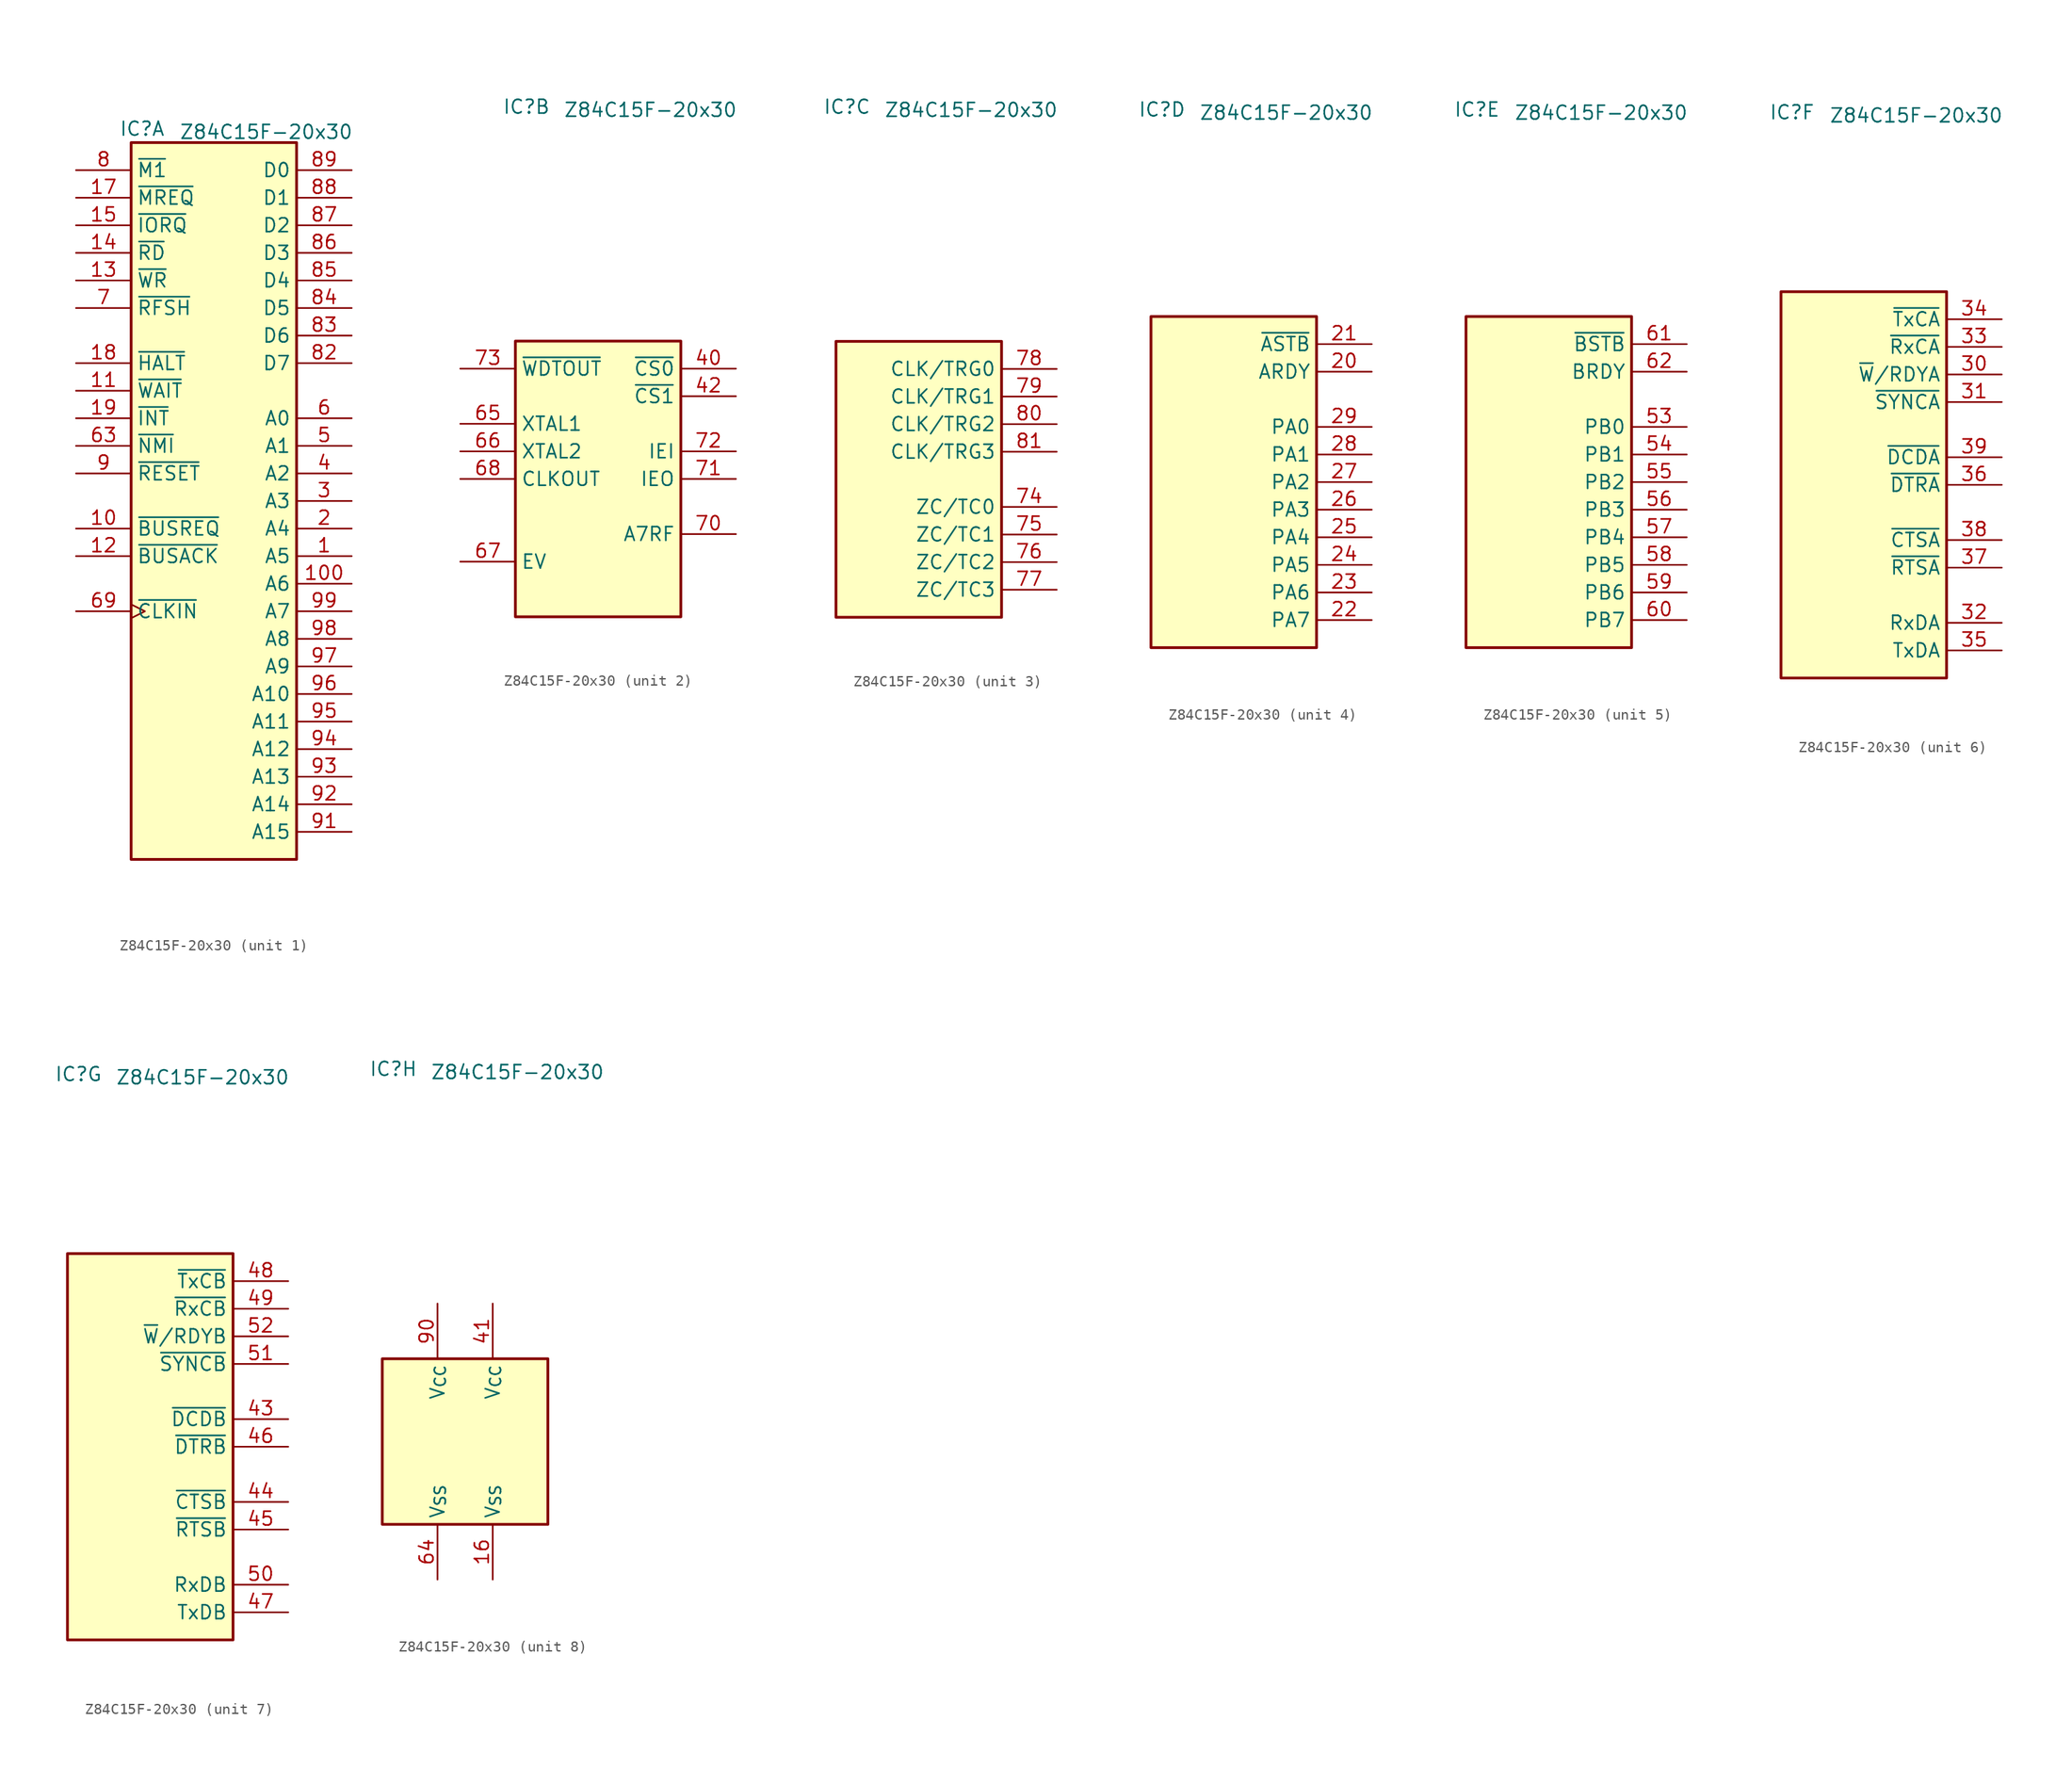
<source format=kicad_sym>
(kicad_symbol_lib
  (version 20220914)
  (generator kicad_symbol_editor)
  (symbol "Z84C15F-20x30"
    (pin_names
      (offset 0.5))
    (property "Reference" "IC"
      (at -6.604 34.29 0)
      (effects (font (size 1.27 1.27))))
    (property "Value" "Z84C15F-20x30"
      (at 4.826 34 0)
      (effects (font (size 1.27 1.27))))
    (property "ki_locked" ""
      (at 0 0 0)
      (effects (font (size 1.27 1.27))))
    (symbol "Z84C15F-20x30_1_0"
      (rectangle (start -7.62 33.02) (end 7.62 -33.02) (stroke (width 0.254) (type solid)) (fill (type background)))
      (pin output line (at 12.7 -5.08 180) (length 5.08) (name "A5" (effects (font (size 1.27 1.27)))) (number "1" (effects (font (size 1.27 1.27)))))
      (pin input line (at -12.7 -2.54 0) (length 5.08) (name "~{BUSREQ}" (effects (font (size 1.27 1.27)))) (number "10" (effects (font (size 1.27 1.27)))))
      (pin output line (at 12.7 -7.62 180) (length 5.08) (name "A6" (effects (font (size 1.27 1.27)))) (number "100" (effects (font (size 1.27 1.27)))))
      (pin input line (at -12.7 10.16 0) (length 5.08) (name "~{WAIT}" (effects (font (size 1.27 1.27)))) (number "11" (effects (font (size 1.27 1.27)))))
      (pin output line (at -12.7 -5.08 0) (length 5.08) (name "~{BUSACK}" (effects (font (size 1.27 1.27)))) (number "12" (effects (font (size 1.27 1.27)))))
      (pin output line (at -12.7 20.32 0) (length 5.08) (name "~{WR}" (effects (font (size 1.27 1.27)))) (number "13" (effects (font (size 1.27 1.27)))))
      (pin output line (at -12.7 22.86 0) (length 5.08) (name "~{RD}" (effects (font (size 1.27 1.27)))) (number "14" (effects (font (size 1.27 1.27)))))
      (pin output line (at -12.7 25.4 0) (length 5.08) (name "~{IORQ}" (effects (font (size 1.27 1.27)))) (number "15" (effects (font (size 1.27 1.27)))))
      (pin output line (at -12.7 27.94 0) (length 5.08) (name "~{MREQ}" (effects (font (size 1.27 1.27)))) (number "17" (effects (font (size 1.27 1.27)))))
      (pin output line (at -12.7 12.7 0) (length 5.08) (name "~{HALT}" (effects (font (size 1.27 1.27)))) (number "18" (effects (font (size 1.27 1.27)))))
      (pin open_collector line (at -12.7 7.62 0) (length 5.08) (name "~{INT}" (effects (font (size 1.27 1.27)))) (number "19" (effects (font (size 1.27 1.27)))))
      (pin output line (at 12.7 -2.54 180) (length 5.08) (name "A4" (effects (font (size 1.27 1.27)))) (number "2" (effects (font (size 1.27 1.27)))))
      (pin output line (at 12.7 0 180) (length 5.08) (name "A3" (effects (font (size 1.27 1.27)))) (number "3" (effects (font (size 1.27 1.27)))))
      (pin output line (at 12.7 2.54 180) (length 5.08) (name "A2" (effects (font (size 1.27 1.27)))) (number "4" (effects (font (size 1.27 1.27)))))
      (pin output line (at 12.7 5.08 180) (length 5.08) (name "A1" (effects (font (size 1.27 1.27)))) (number "5" (effects (font (size 1.27 1.27)))))
      (pin output line (at 12.7 7.62 180) (length 5.08) (name "A0" (effects (font (size 1.27 1.27)))) (number "6" (effects (font (size 1.27 1.27)))))
      (pin input line (at -12.7 5.08 0) (length 5.08) (name "~{NMI}" (effects (font (size 1.27 1.27)))) (number "63" (effects (font (size 1.27 1.27)))))
      (pin input clock (at -12.7 -10.16 0) (length 5.08) (name "~{CLKIN}" (effects (font (size 1.27 1.27)))) (number "69" (effects (font (size 1.27 1.27)))))
      (pin output line (at -12.7 17.78 0) (length 5.08) (name "~{RFSH}" (effects (font (size 1.27 1.27)))) (number "7" (effects (font (size 1.27 1.27)))))
      (pin output line (at -12.7 30.48 0) (length 5.08) (name "~{M1}" (effects (font (size 1.27 1.27)))) (number "8" (effects (font (size 1.27 1.27)))))
      (pin bidirectional line (at 12.7 12.7 180) (length 5.08) (name "D7" (effects (font (size 1.27 1.27)))) (number "82" (effects (font (size 1.27 1.27)))))
      (pin bidirectional line (at 12.7 15.24 180) (length 5.08) (name "D6" (effects (font (size 1.27 1.27)))) (number "83" (effects (font (size 1.27 1.27)))))
      (pin bidirectional line (at 12.7 17.78 180) (length 5.08) (name "D5" (effects (font (size 1.27 1.27)))) (number "84" (effects (font (size 1.27 1.27)))))
      (pin bidirectional line (at 12.7 20.32 180) (length 5.08) (name "D4" (effects (font (size 1.27 1.27)))) (number "85" (effects (font (size 1.27 1.27)))))
      (pin bidirectional line (at 12.7 22.86 180) (length 5.08) (name "D3" (effects (font (size 1.27 1.27)))) (number "86" (effects (font (size 1.27 1.27)))))
      (pin bidirectional line (at 12.7 25.4 180) (length 5.08) (name "D2" (effects (font (size 1.27 1.27)))) (number "87" (effects (font (size 1.27 1.27)))))
      (pin bidirectional line (at 12.7 27.94 180) (length 5.08) (name "D1" (effects (font (size 1.27 1.27)))) (number "88" (effects (font (size 1.27 1.27)))))
      (pin bidirectional line (at 12.7 30.48 180) (length 5.08) (name "D0" (effects (font (size 1.27 1.27)))) (number "89" (effects (font (size 1.27 1.27)))))
      (pin open_collector line (at -12.7 2.54 0) (length 5.08) (name "~{RESET}" (effects (font (size 1.27 1.27)))) (number "9" (effects (font (size 1.27 1.27)))))
      (pin output line (at 12.7 -30.48 180) (length 5.08) (name "A15" (effects (font (size 1.27 1.27)))) (number "91" (effects (font (size 1.27 1.27)))))
      (pin output line (at 12.7 -27.94 180) (length 5.08) (name "A14" (effects (font (size 1.27 1.27)))) (number "92" (effects (font (size 1.27 1.27)))))
      (pin output line (at 12.7 -25.4 180) (length 5.08) (name "A13" (effects (font (size 1.27 1.27)))) (number "93" (effects (font (size 1.27 1.27)))))
      (pin output line (at 12.7 -22.86 180) (length 5.08) (name "A12" (effects (font (size 1.27 1.27)))) (number "94" (effects (font (size 1.27 1.27)))))
      (pin output line (at 12.7 -20.32 180) (length 5.08) (name "A11" (effects (font (size 1.27 1.27)))) (number "95" (effects (font (size 1.27 1.27)))))
      (pin output line (at 12.7 -17.78 180) (length 5.08) (name "A10" (effects (font (size 1.27 1.27)))) (number "96" (effects (font (size 1.27 1.27)))))
      (pin output line (at 12.7 -15.24 180) (length 5.08) (name "A9" (effects (font (size 1.27 1.27)))) (number "97" (effects (font (size 1.27 1.27)))))
      (pin output line (at 12.7 -12.7 180) (length 5.08) (name "A8" (effects (font (size 1.27 1.27)))) (number "98" (effects (font (size 1.27 1.27)))))
      (pin output line (at 12.7 -10.16 180) (length 5.08) (name "A7" (effects (font (size 1.27 1.27)))) (number "99" (effects (font (size 1.27 1.27))))))
    (symbol "Z84C15F-20x30_2_0"
      (rectangle (start -7.62 12.7) (end 7.62 -12.7) (stroke (width 0.254) (type default)) (fill (type background)))
      (pin output line (at 12.7 10.16 180) (length 5.08) (name "~{CS0}" (effects (font (size 1.27 1.27)))) (number "40" (effects (font (size 1.27 1.27)))))
      (pin output line (at 12.7 7.62 180) (length 5.08) (name "~{CS1}" (effects (font (size 1.27 1.27)))) (number "42" (effects (font (size 1.27 1.27)))))
      (pin input line (at -12.7 5.08 0) (length 5.08) (name "XTAL1" (effects (font (size 1.27 1.27)))) (number "65" (effects (font (size 1.27 1.27)))))
      (pin output line (at -12.7 2.54 0) (length 5.08) (name "XTAL2" (effects (font (size 1.27 1.27)))) (number "66" (effects (font (size 1.27 1.27)))))
      (pin input line (at -12.7 -7.62 0) (length 5.08) (name "EV" (effects (font (size 1.27 1.27)))) (number "67" (effects (font (size 1.27 1.27)))))
      (pin output line (at -12.7 0 0) (length 5.08) (name "CLKOUT" (effects (font (size 1.27 1.27)))) (number "68" (effects (font (size 1.27 1.27)))))
      (pin output line (at 12.7 -5.08 180) (length 5.08) (name "A7RF" (effects (font (size 1.27 1.27)))) (number "70" (effects (font (size 1.27 1.27)))))
      (pin output line (at 12.7 0 180) (length 5.08) (name "IEO" (effects (font (size 1.27 1.27)))) (number "71" (effects (font (size 1.27 1.27)))))
      (pin input line (at 12.7 2.54 180) (length 5.08) (name "IEI" (effects (font (size 1.27 1.27)))) (number "72" (effects (font (size 1.27 1.27)))))
      (pin open_collector line (at -12.7 10.16 0) (length 5.08) (name "~{WDTOUT}" (effects (font (size 1.27 1.27)))) (number "73" (effects (font (size 1.27 1.27))))))
    (symbol "Z84C15F-20x30_3_0"
      (rectangle (start -7.62 12.7) (end 7.62 -12.7) (stroke (width 0.254) (type default)) (fill (type background)))
      (pin output line (at 12.7 -2.54 180) (length 5.08) (name "ZC/TC0" (effects (font (size 1.27 1.27)))) (number "74" (effects (font (size 1.27 1.27)))))
      (pin output line (at 12.7 -5.08 180) (length 5.08) (name "ZC/TC1" (effects (font (size 1.27 1.27)))) (number "75" (effects (font (size 1.27 1.27)))))
      (pin output line (at 12.7 -7.62 180) (length 5.08) (name "ZC/TC2" (effects (font (size 1.27 1.27)))) (number "76" (effects (font (size 1.27 1.27)))))
      (pin output line (at 12.7 -10.16 180) (length 5.08) (name "ZC/TC3" (effects (font (size 1.27 1.27)))) (number "77" (effects (font (size 1.27 1.27)))))
      (pin input line (at 12.7 10.16 180) (length 5.08) (name "CLK/TRG0" (effects (font (size 1.27 1.27)))) (number "78" (effects (font (size 1.27 1.27)))))
      (pin input line (at 12.7 7.62 180) (length 5.08) (name "CLK/TRG1" (effects (font (size 1.27 1.27)))) (number "79" (effects (font (size 1.27 1.27)))))
      (pin input line (at 12.7 5.08 180) (length 5.08) (name "CLK/TRG2" (effects (font (size 1.27 1.27)))) (number "80" (effects (font (size 1.27 1.27)))))
      (pin input line (at 12.7 2.54 180) (length 5.08) (name "CLK/TRG3" (effects (font (size 1.27 1.27)))) (number "81" (effects (font (size 1.27 1.27))))))
    (symbol "Z84C15F-20x30_4_0"
      (rectangle (start -7.62 15.24) (end 7.62 -15.24) (stroke (width 0.254) (type default)) (fill (type background)))
      (pin output line (at 12.7 10.16 180) (length 5.08) (name "ARDY" (effects (font (size 1.27 1.27)))) (number "20" (effects (font (size 1.27 1.27)))))
      (pin input line (at 12.7 12.7 180) (length 5.08) (name "~{ASTB}" (effects (font (size 1.27 1.27)))) (number "21" (effects (font (size 1.27 1.27)))))
      (pin tri_state line (at 12.7 -12.7 180) (length 5.08) (name "PA7" (effects (font (size 1.27 1.27)))) (number "22" (effects (font (size 1.27 1.27)))))
      (pin tri_state line (at 12.7 -10.16 180) (length 5.08) (name "PA6" (effects (font (size 1.27 1.27)))) (number "23" (effects (font (size 1.27 1.27)))))
      (pin tri_state line (at 12.7 -7.62 180) (length 5.08) (name "PA5" (effects (font (size 1.27 1.27)))) (number "24" (effects (font (size 1.27 1.27)))))
      (pin tri_state line (at 12.7 -5.08 180) (length 5.08) (name "PA4" (effects (font (size 1.27 1.27)))) (number "25" (effects (font (size 1.27 1.27)))))
      (pin tri_state line (at 12.7 -2.54 180) (length 5.08) (name "PA3" (effects (font (size 1.27 1.27)))) (number "26" (effects (font (size 1.27 1.27)))))
      (pin tri_state line (at 12.7 0 180) (length 5.08) (name "PA2" (effects (font (size 1.27 1.27)))) (number "27" (effects (font (size 1.27 1.27)))))
      (pin tri_state line (at 12.7 2.54 180) (length 5.08) (name "PA1" (effects (font (size 1.27 1.27)))) (number "28" (effects (font (size 1.27 1.27)))))
      (pin tri_state line (at 12.7 5.08 180) (length 5.08) (name "PA0" (effects (font (size 1.27 1.27)))) (number "29" (effects (font (size 1.27 1.27))))))
    (symbol "Z84C15F-20x30_5_0"
      (rectangle (start -7.62 15.24) (end 7.62 -15.24) (stroke (width 0.254) (type default)) (fill (type background)))
      (pin tri_state line (at 12.7 5.08 180) (length 5.08) (name "PB0" (effects (font (size 1.27 1.27)))) (number "53" (effects (font (size 1.27 1.27)))))
      (pin tri_state line (at 12.7 2.54 180) (length 5.08) (name "PB1" (effects (font (size 1.27 1.27)))) (number "54" (effects (font (size 1.27 1.27)))))
      (pin tri_state line (at 12.7 0 180) (length 5.08) (name "PB2" (effects (font (size 1.27 1.27)))) (number "55" (effects (font (size 1.27 1.27)))))
      (pin tri_state line (at 12.7 -2.54 180) (length 5.08) (name "PB3" (effects (font (size 1.27 1.27)))) (number "56" (effects (font (size 1.27 1.27)))))
      (pin tri_state line (at 12.7 -5.08 180) (length 5.08) (name "PB4" (effects (font (size 1.27 1.27)))) (number "57" (effects (font (size 1.27 1.27)))))
      (pin tri_state line (at 12.7 -7.62 180) (length 5.08) (name "PB5" (effects (font (size 1.27 1.27)))) (number "58" (effects (font (size 1.27 1.27)))))
      (pin tri_state line (at 12.7 -10.16 180) (length 5.08) (name "PB6" (effects (font (size 1.27 1.27)))) (number "59" (effects (font (size 1.27 1.27)))))
      (pin tri_state line (at 12.7 -12.7 180) (length 5.08) (name "PB7" (effects (font (size 1.27 1.27)))) (number "60" (effects (font (size 1.27 1.27)))))
      (pin input line (at 12.7 12.7 180) (length 5.08) (name "~{BSTB}" (effects (font (size 1.27 1.27)))) (number "61" (effects (font (size 1.27 1.27)))))
      (pin output line (at 12.7 10.16 180) (length 5.08) (name "BRDY" (effects (font (size 1.27 1.27)))) (number "62" (effects (font (size 1.27 1.27))))))
    (symbol "Z84C15F-20x30_6_0"
      (pin output line (at 12.7 10.16 180) (length 5.08) (name "~{W}/RDYA" (effects (font (size 1.27 1.27)))) (number "30" (effects (font (size 1.27 1.27)))))
      (pin bidirectional line (at 12.7 7.62 180) (length 5.08) (name "~{SYNCA}" (effects (font (size 1.27 1.27)))) (number "31" (effects (font (size 1.27 1.27)))))
      (pin input line (at 12.7 -12.7 180) (length 5.08) (name "RxDA" (effects (font (size 1.27 1.27)))) (number "32" (effects (font (size 1.27 1.27)))))
      (pin input line (at 12.7 12.7 180) (length 5.08) (name "~{RxCA}" (effects (font (size 1.27 1.27)))) (number "33" (effects (font (size 1.27 1.27)))))
      (pin input line (at 12.7 15.24 180) (length 5.08) (name "~{TxCA}" (effects (font (size 1.27 1.27)))) (number "34" (effects (font (size 1.27 1.27)))))
      (pin output line (at 12.7 -15.24 180) (length 5.08) (name "TxDA" (effects (font (size 1.27 1.27)))) (number "35" (effects (font (size 1.27 1.27)))))
      (pin output line (at 12.7 0 180) (length 5.08) (name "~{DTRA}" (effects (font (size 1.27 1.27)))) (number "36" (effects (font (size 1.27 1.27)))))
      (pin output line (at 12.7 -7.62 180) (length 5.08) (name "~{RTSA}" (effects (font (size 1.27 1.27)))) (number "37" (effects (font (size 1.27 1.27)))))
      (pin input line (at 12.7 -5.08 180) (length 5.08) (name "~{CTSA}" (effects (font (size 1.27 1.27)))) (number "38" (effects (font (size 1.27 1.27)))))
      (pin input line (at 12.7 2.54 180) (length 5.08) (name "~{DCDA}" (effects (font (size 1.27 1.27)))) (number "39" (effects (font (size 1.27 1.27))))))
    (symbol "Z84C15F-20x30_6_1"
      (rectangle (start -7.62 17.78) (end 7.62 -17.78) (stroke (width 0.254) (type default)) (fill (type background))))
    (symbol "Z84C15F-20x30_7_0"
      (pin input line (at 12.7 2.54 180) (length 5.08) (name "~{DCDB}" (effects (font (size 1.27 1.27)))) (number "43" (effects (font (size 1.27 1.27)))))
      (pin input line (at 12.7 -5.08 180) (length 5.08) (name "~{CTSB}" (effects (font (size 1.27 1.27)))) (number "44" (effects (font (size 1.27 1.27)))))
      (pin output line (at 12.7 -7.62 180) (length 5.08) (name "~{RTSB}" (effects (font (size 1.27 1.27)))) (number "45" (effects (font (size 1.27 1.27)))))
      (pin output line (at 12.7 0 180) (length 5.08) (name "~{DTRB}" (effects (font (size 1.27 1.27)))) (number "46" (effects (font (size 1.27 1.27)))))
      (pin output line (at 12.7 -15.24 180) (length 5.08) (name "TxDB" (effects (font (size 1.27 1.27)))) (number "47" (effects (font (size 1.27 1.27)))))
      (pin input line (at 12.7 15.24 180) (length 5.08) (name "~{TxCB}" (effects (font (size 1.27 1.27)))) (number "48" (effects (font (size 1.27 1.27)))))
      (pin input line (at 12.7 12.7 180) (length 5.08) (name "~{RxCB}" (effects (font (size 1.27 1.27)))) (number "49" (effects (font (size 1.27 1.27)))))
      (pin input line (at 12.7 -12.7 180) (length 5.08) (name "RxDB" (effects (font (size 1.27 1.27)))) (number "50" (effects (font (size 1.27 1.27)))))
      (pin bidirectional line (at 12.7 7.62 180) (length 5.08) (name "~{SYNCB}" (effects (font (size 1.27 1.27)))) (number "51" (effects (font (size 1.27 1.27)))))
      (pin output line (at 12.7 10.16 180) (length 5.08) (name "~{W}/RDYB" (effects (font (size 1.27 1.27)))) (number "52" (effects (font (size 1.27 1.27))))))
    (symbol "Z84C15F-20x30_7_1"
      (rectangle (start -7.62 17.78) (end 7.62 -17.78) (stroke (width 0.254) (type default)) (fill (type background))))
    (symbol "Z84C15F-20x30_8_0"
      (rectangle (start -7.62 7.62) (end 7.62 -7.62) (stroke (width 0.254) (type default)) (fill (type background)))
      (pin power_in line (at 2.54 -12.7 90) (length 5.08) (name "V_{SS}" (effects (font (size 1.27 1.27)))) (number "16" (effects (font (size 1.27 1.27)))))
      (pin power_in line (at 2.54 12.7 270) (length 5.08) (name "V_{CC}" (effects (font (size 1.27 1.27)))) (number "41" (effects (font (size 1.27 1.27)))))
      (pin power_in line (at -2.54 -12.7 90) (length 5.08) (name "V_{SS}" (effects (font (size 1.27 1.27)))) (number "64" (effects (font (size 1.27 1.27)))))
      (pin power_in line (at -2.54 12.7 270) (length 5.08) (name "V_{CC}" (effects (font (size 1.27 1.27)))) (number "90" (effects (font (size 1.27 1.27))))))))
</source>
